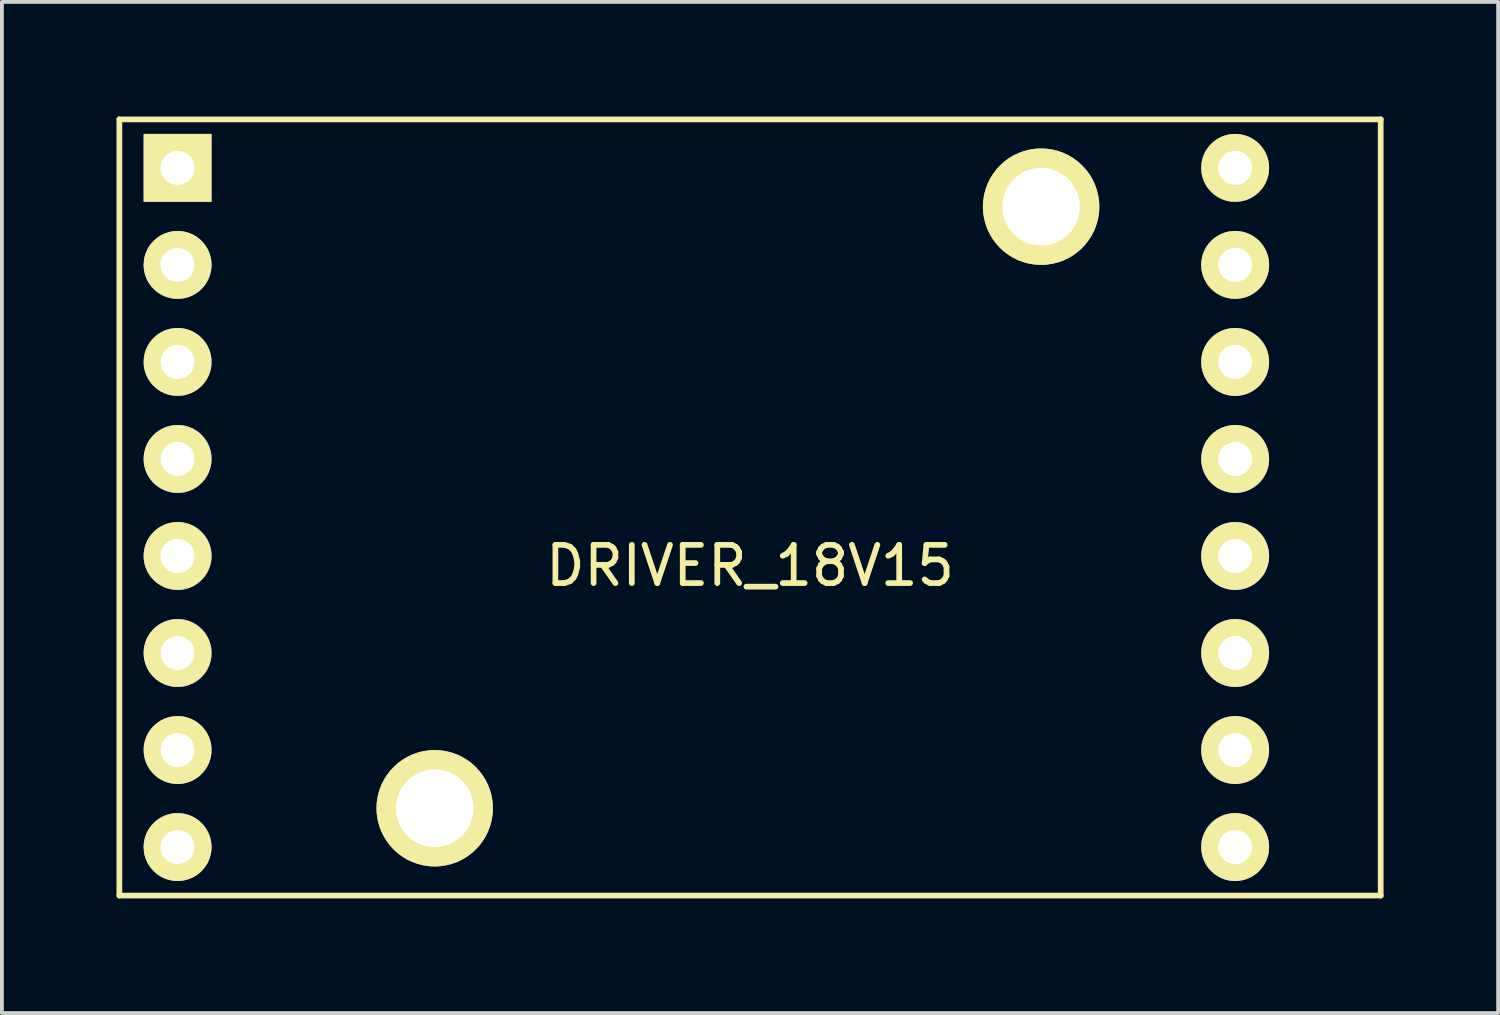
<source format=kicad_pcb>
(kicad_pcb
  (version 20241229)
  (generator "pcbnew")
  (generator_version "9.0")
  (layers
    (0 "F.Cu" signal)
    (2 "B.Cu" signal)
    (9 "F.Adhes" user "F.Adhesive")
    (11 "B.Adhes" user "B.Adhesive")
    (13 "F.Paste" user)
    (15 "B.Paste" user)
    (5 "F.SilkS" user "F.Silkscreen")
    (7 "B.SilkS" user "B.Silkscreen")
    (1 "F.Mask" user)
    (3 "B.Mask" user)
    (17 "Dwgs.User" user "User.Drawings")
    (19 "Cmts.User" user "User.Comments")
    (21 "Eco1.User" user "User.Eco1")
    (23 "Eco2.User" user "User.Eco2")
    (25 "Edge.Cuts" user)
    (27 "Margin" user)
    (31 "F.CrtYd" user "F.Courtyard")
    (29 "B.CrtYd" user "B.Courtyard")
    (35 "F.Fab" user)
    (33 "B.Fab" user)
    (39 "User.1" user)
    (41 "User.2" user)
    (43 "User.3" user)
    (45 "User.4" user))
  (footprint "DRIVER_18V15"
    (layer "F.Cu")
    (at 16.585 10.235)
    (property "Reference" "DRIVER_18V15" (at 0 1.524 0) (layer "F.SilkS") (effects (font (size 1 1) (thickness 0.15))))
    (attr through_hole)
    (fp_line (start -16.51 -10.16) (end -16.51 10.16) (stroke (width 0.15) (type solid)) (layer "F.SilkS"))
    (fp_line (start -16.51 -10.16) (end 16.51 -10.16) (stroke (width 0.15) (type solid)) (layer "F.SilkS"))
    (fp_line (start -16.51 10.16) (end 16.51 10.16) (stroke (width 0.15) (type solid)) (layer "F.SilkS"))
    (fp_line (start 16.51 -10.16) (end 16.51 10.16) (stroke (width 0.15) (type solid)) (layer "F.SilkS"))
    (pad "" np_thru_hole circle (at -8.255 7.874) (size 3.048 3.048) (drill 2.032) (layers "*.Cu" "*.Mask" "F.SilkS"))
    (pad "" np_thru_hole circle (at 7.62 -7.874) (size 3.048 3.048) (drill 2.032) (layers "*.Cu" "*.Mask" "F.SilkS"))
    (pad "1" thru_hole circle (at -14.986 8.89) (size 1.778 1.778) (drill 0.889) (layers "*.Cu" "*.Mask" "F.SilkS"))
    (pad "2" thru_hole circle (at -14.986 6.35) (size 1.778 1.778) (drill 0.889) (layers "*.Cu" "*.Mask" "F.SilkS"))
    (pad "3" thru_hole circle (at -14.986 3.81) (size 1.778 1.778) (drill 0.889) (layers "*.Cu" "*.Mask" "F.SilkS"))
    (pad "4" thru_hole circle (at -14.986 1.27) (size 1.778 1.778) (drill 0.889) (layers "*.Cu" "*.Mask" "F.SilkS"))
    (pad "5" thru_hole circle (at -14.986 -1.27) (size 1.778 1.778) (drill 0.889) (layers "*.Cu" "*.Mask" "F.SilkS"))
    (pad "6" thru_hole circle (at -14.986 -3.81) (size 1.778 1.778) (drill 0.889) (layers "*.Cu" "*.Mask" "F.SilkS"))
    (pad "7" thru_hole circle (at -14.986 -6.35) (size 1.778 1.778) (drill 0.889) (layers "*.Cu" "*.Mask" "F.SilkS"))
    (pad "8" thru_hole rect (at -14.986 -8.89) (size 1.778 1.778) (drill 0.889) (layers "*.Cu" "*.Mask" "F.SilkS"))
    (pad "9" thru_hole circle (at 12.7 6.35) (size 1.778 1.778) (drill 0.889) (layers "*.Cu" "*.Mask" "F.SilkS"))
    (pad "9" thru_hole circle (at 12.7 8.89) (size 1.778 1.778) (drill 0.889) (layers "*.Cu" "*.Mask" "F.SilkS"))
    (pad "10" thru_hole circle (at 12.7 1.27) (size 1.778 1.778) (drill 0.889) (layers "*.Cu" "*.Mask" "F.SilkS"))
    (pad "10" thru_hole circle (at 12.7 3.81) (size 1.778 1.778) (drill 0.889) (layers "*.Cu" "*.Mask" "F.SilkS"))
    (pad "11" thru_hole circle (at 12.7 -3.81) (size 1.778 1.778) (drill 0.889) (layers "*.Cu" "*.Mask" "F.SilkS"))
    (pad "11" thru_hole circle (at 12.7 -1.27) (size 1.778 1.778) (drill 0.889) (layers "*.Cu" "*.Mask" "F.SilkS"))
    (pad "12" thru_hole circle (at 12.7 -8.89) (size 1.778 1.778) (drill 0.889) (layers "*.Cu" "*.Mask" "F.SilkS"))
    (pad "12" thru_hole circle (at 12.7 -6.35) (size 1.778 1.778) (drill 0.889) (layers "*.Cu" "*.Mask" "F.SilkS")))
  (gr_rect
    (start -3 -3)
    (end 36.17 23.47)
    (stroke (width 0.1) (type default))
    (fill no)
    (layer "Edge.Cuts")))
</source>
